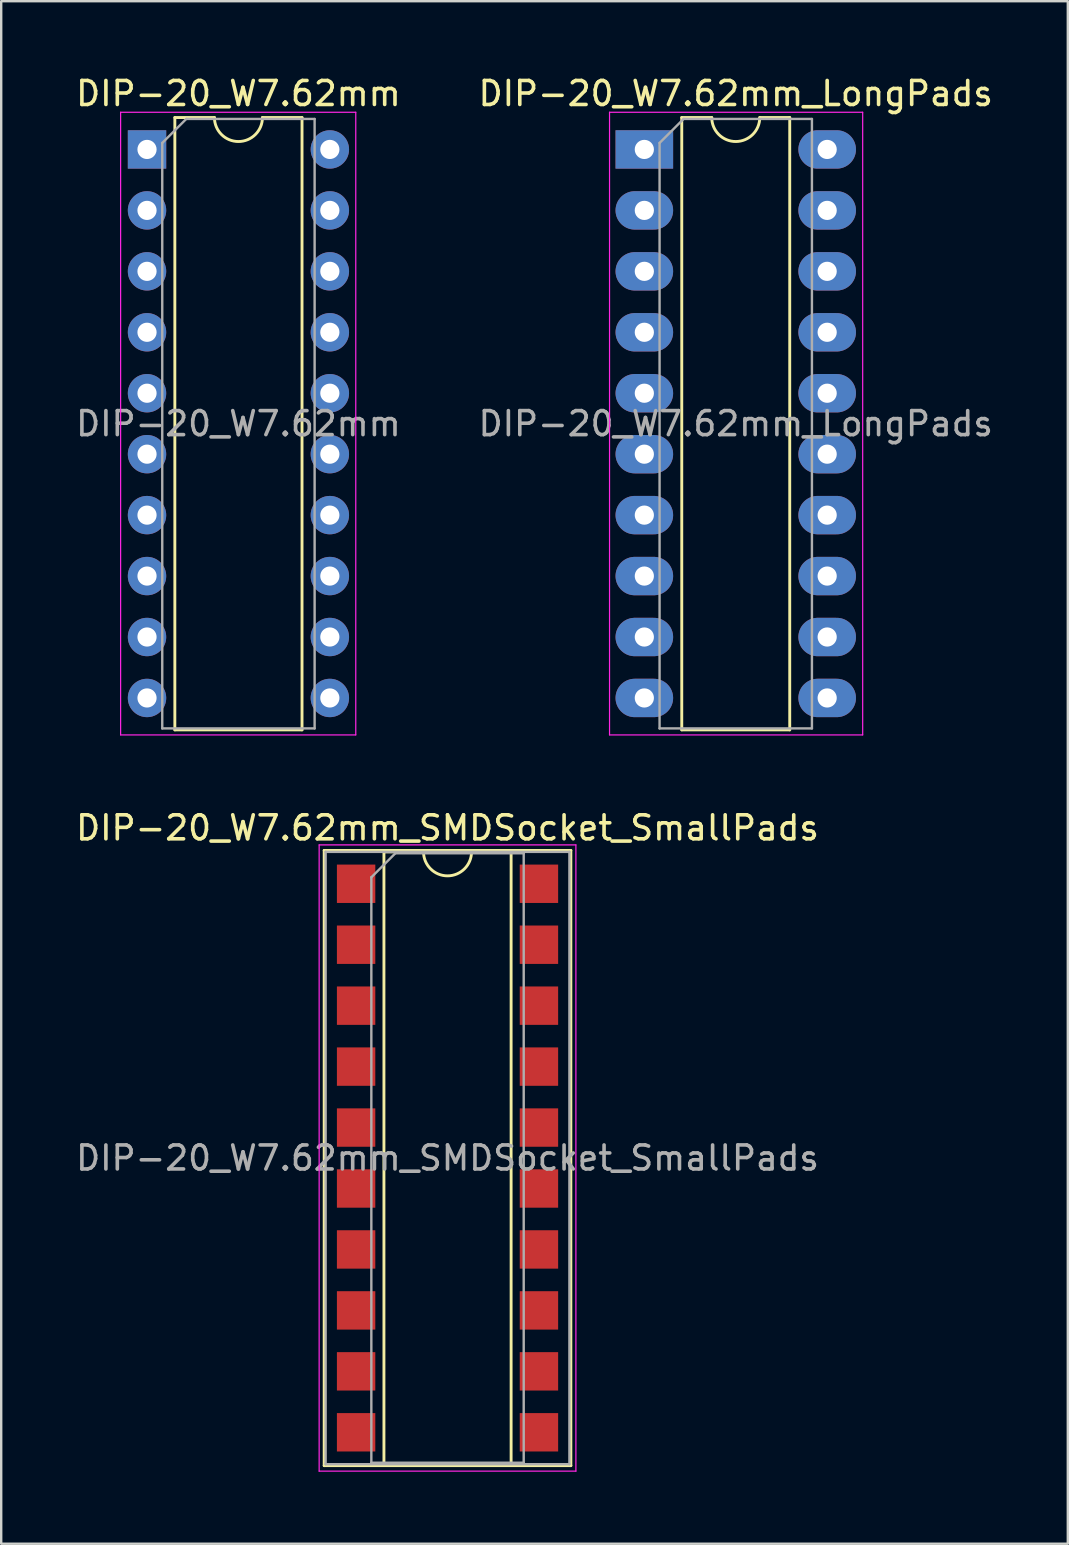
<source format=kicad_pcb>
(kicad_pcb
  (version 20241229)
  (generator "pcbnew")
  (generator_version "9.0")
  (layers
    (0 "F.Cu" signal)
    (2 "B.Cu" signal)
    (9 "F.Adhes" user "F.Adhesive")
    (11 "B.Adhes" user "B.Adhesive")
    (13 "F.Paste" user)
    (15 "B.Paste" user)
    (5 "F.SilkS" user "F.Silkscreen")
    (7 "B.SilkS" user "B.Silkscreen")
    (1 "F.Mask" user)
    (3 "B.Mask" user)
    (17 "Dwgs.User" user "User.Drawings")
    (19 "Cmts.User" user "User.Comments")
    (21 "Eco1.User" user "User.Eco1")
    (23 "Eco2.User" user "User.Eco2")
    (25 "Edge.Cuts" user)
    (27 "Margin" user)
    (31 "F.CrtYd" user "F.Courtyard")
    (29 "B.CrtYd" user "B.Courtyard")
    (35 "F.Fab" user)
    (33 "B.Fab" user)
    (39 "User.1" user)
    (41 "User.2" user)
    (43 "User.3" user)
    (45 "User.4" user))
  (footprint "DIP-20_W7.62mm_SMDSocket_SmallPads"
    (layer "F.Cu")
    (at 15.601 45.212)
    (property "Reference" "DIP-20_W7.62mm_SMDSocket_SmallPads" (at 0 -13.76 0) (layer "F.SilkS") (effects (font (size 1 1) (thickness 0.15))))
    (attr smd)
    (fp_line (start -5.14 -12.82) (end -5.14 12.82) (stroke (width 0.12) (type solid)) (layer "F.SilkS"))
    (fp_line (start -5.14 12.82) (end 5.14 12.82) (stroke (width 0.12) (type solid)) (layer "F.SilkS"))
    (fp_line (start -2.65 -12.76) (end -2.65 12.76) (stroke (width 0.12) (type solid)) (layer "F.SilkS"))
    (fp_line (start -2.65 12.76) (end 2.65 12.76) (stroke (width 0.12) (type solid)) (layer "F.SilkS"))
    (fp_line (start -1 -12.76) (end -2.65 -12.76) (stroke (width 0.12) (type solid)) (layer "F.SilkS"))
    (fp_line (start 2.65 -12.76) (end 1 -12.76) (stroke (width 0.12) (type solid)) (layer "F.SilkS"))
    (fp_line (start 2.65 12.76) (end 2.65 -12.76) (stroke (width 0.12) (type solid)) (layer "F.SilkS"))
    (fp_line (start 5.14 -12.82) (end -5.14 -12.82) (stroke (width 0.12) (type solid)) (layer "F.SilkS"))
    (fp_line (start 5.14 12.82) (end 5.14 -12.82) (stroke (width 0.12) (type solid)) (layer "F.SilkS"))
    (fp_arc (start 1 -12.76) (mid 0 -11.76) (end -1 -12.76) (stroke (width 0.12) (type solid)) (layer "F.SilkS"))
    (fp_line (start -5.35 -13.05) (end -5.35 13.05) (stroke (width 0.05) (type solid)) (layer "F.CrtYd"))
    (fp_line (start -5.35 13.05) (end 5.35 13.05) (stroke (width 0.05) (type solid)) (layer "F.CrtYd"))
    (fp_line (start 5.35 -13.05) (end -5.35 -13.05) (stroke (width 0.05) (type solid)) (layer "F.CrtYd"))
    (fp_line (start 5.35 13.05) (end 5.35 -13.05) (stroke (width 0.05) (type solid)) (layer "F.CrtYd"))
    (fp_line (start -5.08 -12.76) (end -5.08 12.76) (stroke (width 0.1) (type solid)) (layer "F.Fab"))
    (fp_line (start -5.08 12.76) (end 5.08 12.76) (stroke (width 0.1) (type solid)) (layer "F.Fab"))
    (fp_line (start -3.175 -11.7) (end -2.175 -12.7) (stroke (width 0.1) (type solid)) (layer "F.Fab"))
    (fp_line (start -3.175 12.7) (end -3.175 -11.7) (stroke (width 0.1) (type solid)) (layer "F.Fab"))
    (fp_line (start -2.175 -12.7) (end 3.175 -12.7) (stroke (width 0.1) (type solid)) (layer "F.Fab"))
    (fp_line (start 3.175 -12.7) (end 3.175 12.7) (stroke (width 0.1) (type solid)) (layer "F.Fab"))
    (fp_line (start 3.175 12.7) (end -3.175 12.7) (stroke (width 0.1) (type solid)) (layer "F.Fab"))
    (fp_line (start 5.08 -12.76) (end -5.08 -12.76) (stroke (width 0.1) (type solid)) (layer "F.Fab"))
    (fp_line (start 5.08 12.76) (end 5.08 -12.76) (stroke (width 0.1) (type solid)) (layer "F.Fab"))
    (fp_text user "${REFERENCE}" (at 0 0 0) (layer "F.Fab") (effects (font (size 1 1) (thickness 0.15))))
    (pad "1" smd rect (at -3.81 -11.43) (size 1.6 1.6) (layers "F.Cu" "F.Mask" "F.Paste"))
    (pad "2" smd rect (at -3.81 -8.89) (size 1.6 1.6) (layers "F.Cu" "F.Mask" "F.Paste"))
    (pad "3" smd rect (at -3.81 -6.35) (size 1.6 1.6) (layers "F.Cu" "F.Mask" "F.Paste"))
    (pad "4" smd rect (at -3.81 -3.81) (size 1.6 1.6) (layers "F.Cu" "F.Mask" "F.Paste"))
    (pad "5" smd rect (at -3.81 -1.27) (size 1.6 1.6) (layers "F.Cu" "F.Mask" "F.Paste"))
    (pad "6" smd rect (at -3.81 1.27) (size 1.6 1.6) (layers "F.Cu" "F.Mask" "F.Paste"))
    (pad "7" smd rect (at -3.81 3.81) (size 1.6 1.6) (layers "F.Cu" "F.Mask" "F.Paste"))
    (pad "8" smd rect (at -3.81 6.35) (size 1.6 1.6) (layers "F.Cu" "F.Mask" "F.Paste"))
    (pad "9" smd rect (at -3.81 8.89) (size 1.6 1.6) (layers "F.Cu" "F.Mask" "F.Paste"))
    (pad "10" smd rect (at -3.81 11.43) (size 1.6 1.6) (layers "F.Cu" "F.Mask" "F.Paste"))
    (pad "11" smd rect (at 3.81 11.43) (size 1.6 1.6) (layers "F.Cu" "F.Mask" "F.Paste"))
    (pad "12" smd rect (at 3.81 8.89) (size 1.6 1.6) (layers "F.Cu" "F.Mask" "F.Paste"))
    (pad "13" smd rect (at 3.81 6.35) (size 1.6 1.6) (layers "F.Cu" "F.Mask" "F.Paste"))
    (pad "14" smd rect (at 3.81 3.81) (size 1.6 1.6) (layers "F.Cu" "F.Mask" "F.Paste"))
    (pad "15" smd rect (at 3.81 1.27) (size 1.6 1.6) (layers "F.Cu" "F.Mask" "F.Paste"))
    (pad "16" smd rect (at 3.81 -1.27) (size 1.6 1.6) (layers "F.Cu" "F.Mask" "F.Paste"))
    (pad "17" smd rect (at 3.81 -3.81) (size 1.6 1.6) (layers "F.Cu" "F.Mask" "F.Paste"))
    (pad "18" smd rect (at 3.81 -6.35) (size 1.6 1.6) (layers "F.Cu" "F.Mask" "F.Paste"))
    (pad "19" smd rect (at 3.81 -8.89) (size 1.6 1.6) (layers "F.Cu" "F.Mask" "F.Paste"))
    (pad "20" smd rect (at 3.81 -11.43) (size 1.6 1.6) (layers "F.Cu" "F.Mask" "F.Paste")))
  (footprint "DIP-20_W7.62mm"
    (layer "F.Cu")
    (at 3.077 3.178)
    (property "Reference" "DIP-20_W7.62mm" (at 3.81 -2.33 0) (layer "F.SilkS") (effects (font (size 1 1) (thickness 0.15))))
    (attr through_hole)
    (fp_line (start 1.16 -1.33) (end 1.16 24.19) (stroke (width 0.12) (type solid)) (layer "F.SilkS"))
    (fp_line (start 1.16 24.19) (end 6.46 24.19) (stroke (width 0.12) (type solid)) (layer "F.SilkS"))
    (fp_line (start 2.81 -1.33) (end 1.16 -1.33) (stroke (width 0.12) (type solid)) (layer "F.SilkS"))
    (fp_line (start 6.46 -1.33) (end 4.81 -1.33) (stroke (width 0.12) (type solid)) (layer "F.SilkS"))
    (fp_line (start 6.46 24.19) (end 6.46 -1.33) (stroke (width 0.12) (type solid)) (layer "F.SilkS"))
    (fp_arc (start 4.81 -1.33) (mid 3.81 -0.33) (end 2.81 -1.33) (stroke (width 0.12) (type solid)) (layer "F.SilkS"))
    (fp_line (start -1.1 -1.55) (end -1.1 24.4) (stroke (width 0.05) (type solid)) (layer "F.CrtYd"))
    (fp_line (start -1.1 24.4) (end 8.7 24.4) (stroke (width 0.05) (type solid)) (layer "F.CrtYd"))
    (fp_line (start 8.7 -1.55) (end -1.1 -1.55) (stroke (width 0.05) (type solid)) (layer "F.CrtYd"))
    (fp_line (start 8.7 24.4) (end 8.7 -1.55) (stroke (width 0.05) (type solid)) (layer "F.CrtYd"))
    (fp_line (start 0.635 -0.27) (end 1.635 -1.27) (stroke (width 0.1) (type solid)) (layer "F.Fab"))
    (fp_line (start 0.635 24.13) (end 0.635 -0.27) (stroke (width 0.1) (type solid)) (layer "F.Fab"))
    (fp_line (start 1.635 -1.27) (end 6.985 -1.27) (stroke (width 0.1) (type solid)) (layer "F.Fab"))
    (fp_line (start 6.985 -1.27) (end 6.985 24.13) (stroke (width 0.1) (type solid)) (layer "F.Fab"))
    (fp_line (start 6.985 24.13) (end 0.635 24.13) (stroke (width 0.1) (type solid)) (layer "F.Fab"))
    (fp_text user "${REFERENCE}" (at 3.81 11.43 0) (layer "F.Fab") (effects (font (size 1 1) (thickness 0.15))))
    (pad "1" thru_hole rect (at 0 0) (size 1.6 1.6) (drill 0.8) (layers "*.Cu" "*.Mask"))
    (pad "2" thru_hole oval (at 0 2.54) (size 1.6 1.6) (drill 0.8) (layers "*.Cu" "*.Mask"))
    (pad "3" thru_hole oval (at 0 5.08) (size 1.6 1.6) (drill 0.8) (layers "*.Cu" "*.Mask"))
    (pad "4" thru_hole oval (at 0 7.62) (size 1.6 1.6) (drill 0.8) (layers "*.Cu" "*.Mask"))
    (pad "5" thru_hole oval (at 0 10.16) (size 1.6 1.6) (drill 0.8) (layers "*.Cu" "*.Mask"))
    (pad "6" thru_hole oval (at 0 12.7) (size 1.6 1.6) (drill 0.8) (layers "*.Cu" "*.Mask"))
    (pad "7" thru_hole oval (at 0 15.24) (size 1.6 1.6) (drill 0.8) (layers "*.Cu" "*.Mask"))
    (pad "8" thru_hole oval (at 0 17.78) (size 1.6 1.6) (drill 0.8) (layers "*.Cu" "*.Mask"))
    (pad "9" thru_hole oval (at 0 20.32) (size 1.6 1.6) (drill 0.8) (layers "*.Cu" "*.Mask"))
    (pad "10" thru_hole oval (at 0 22.86) (size 1.6 1.6) (drill 0.8) (layers "*.Cu" "*.Mask"))
    (pad "11" thru_hole oval (at 7.62 22.86) (size 1.6 1.6) (drill 0.8) (layers "*.Cu" "*.Mask"))
    (pad "12" thru_hole oval (at 7.62 20.32) (size 1.6 1.6) (drill 0.8) (layers "*.Cu" "*.Mask"))
    (pad "13" thru_hole oval (at 7.62 17.78) (size 1.6 1.6) (drill 0.8) (layers "*.Cu" "*.Mask"))
    (pad "14" thru_hole oval (at 7.62 15.24) (size 1.6 1.6) (drill 0.8) (layers "*.Cu" "*.Mask"))
    (pad "15" thru_hole oval (at 7.62 12.7) (size 1.6 1.6) (drill 0.8) (layers "*.Cu" "*.Mask"))
    (pad "16" thru_hole oval (at 7.62 10.16) (size 1.6 1.6) (drill 0.8) (layers "*.Cu" "*.Mask"))
    (pad "17" thru_hole oval (at 7.62 7.62) (size 1.6 1.6) (drill 0.8) (layers "*.Cu" "*.Mask"))
    (pad "18" thru_hole oval (at 7.62 5.08) (size 1.6 1.6) (drill 0.8) (layers "*.Cu" "*.Mask"))
    (pad "19" thru_hole oval (at 7.62 2.54) (size 1.6 1.6) (drill 0.8) (layers "*.Cu" "*.Mask"))
    (pad "20" thru_hole oval (at 7.62 0) (size 1.6 1.6) (drill 0.8) (layers "*.Cu" "*.Mask")))
  (footprint "DIP-20_W7.62mm_LongPads"
    (layer "F.Cu")
    (at 23.803 3.178)
    (property "Reference" "DIP-20_W7.62mm_LongPads" (at 3.81 -2.33 0) (layer "F.SilkS") (effects (font (size 1 1) (thickness 0.15))))
    (attr through_hole)
    (fp_line (start 1.56 -1.33) (end 1.56 24.19) (stroke (width 0.12) (type solid)) (layer "F.SilkS"))
    (fp_line (start 1.56 24.19) (end 6.06 24.19) (stroke (width 0.12) (type solid)) (layer "F.SilkS"))
    (fp_line (start 2.81 -1.33) (end 1.56 -1.33) (stroke (width 0.12) (type solid)) (layer "F.SilkS"))
    (fp_line (start 6.06 -1.33) (end 4.81 -1.33) (stroke (width 0.12) (type solid)) (layer "F.SilkS"))
    (fp_line (start 6.06 24.19) (end 6.06 -1.33) (stroke (width 0.12) (type solid)) (layer "F.SilkS"))
    (fp_arc (start 4.81 -1.33) (mid 3.81 -0.33) (end 2.81 -1.33) (stroke (width 0.12) (type solid)) (layer "F.SilkS"))
    (fp_line (start -1.45 -1.55) (end -1.45 24.4) (stroke (width 0.05) (type solid)) (layer "F.CrtYd"))
    (fp_line (start -1.45 24.4) (end 9.1 24.4) (stroke (width 0.05) (type solid)) (layer "F.CrtYd"))
    (fp_line (start 9.1 -1.55) (end -1.45 -1.55) (stroke (width 0.05) (type solid)) (layer "F.CrtYd"))
    (fp_line (start 9.1 24.4) (end 9.1 -1.55) (stroke (width 0.05) (type solid)) (layer "F.CrtYd"))
    (fp_line (start 0.635 -0.27) (end 1.635 -1.27) (stroke (width 0.1) (type solid)) (layer "F.Fab"))
    (fp_line (start 0.635 24.13) (end 0.635 -0.27) (stroke (width 0.1) (type solid)) (layer "F.Fab"))
    (fp_line (start 1.635 -1.27) (end 6.985 -1.27) (stroke (width 0.1) (type solid)) (layer "F.Fab"))
    (fp_line (start 6.985 -1.27) (end 6.985 24.13) (stroke (width 0.1) (type solid)) (layer "F.Fab"))
    (fp_line (start 6.985 24.13) (end 0.635 24.13) (stroke (width 0.1) (type solid)) (layer "F.Fab"))
    (fp_text user "${REFERENCE}" (at 3.81 11.43 0) (layer "F.Fab") (effects (font (size 1 1) (thickness 0.15))))
    (pad "1" thru_hole rect (at 0 0) (size 2.4 1.6) (drill 0.8) (layers "*.Cu" "*.Mask"))
    (pad "2" thru_hole oval (at 0 2.54) (size 2.4 1.6) (drill 0.8) (layers "*.Cu" "*.Mask"))
    (pad "3" thru_hole oval (at 0 5.08) (size 2.4 1.6) (drill 0.8) (layers "*.Cu" "*.Mask"))
    (pad "4" thru_hole oval (at 0 7.62) (size 2.4 1.6) (drill 0.8) (layers "*.Cu" "*.Mask"))
    (pad "5" thru_hole oval (at 0 10.16) (size 2.4 1.6) (drill 0.8) (layers "*.Cu" "*.Mask"))
    (pad "6" thru_hole oval (at 0 12.7) (size 2.4 1.6) (drill 0.8) (layers "*.Cu" "*.Mask"))
    (pad "7" thru_hole oval (at 0 15.24) (size 2.4 1.6) (drill 0.8) (layers "*.Cu" "*.Mask"))
    (pad "8" thru_hole oval (at 0 17.78) (size 2.4 1.6) (drill 0.8) (layers "*.Cu" "*.Mask"))
    (pad "9" thru_hole oval (at 0 20.32) (size 2.4 1.6) (drill 0.8) (layers "*.Cu" "*.Mask"))
    (pad "10" thru_hole oval (at 0 22.86) (size 2.4 1.6) (drill 0.8) (layers "*.Cu" "*.Mask"))
    (pad "11" thru_hole oval (at 7.62 22.86) (size 2.4 1.6) (drill 0.8) (layers "*.Cu" "*.Mask"))
    (pad "12" thru_hole oval (at 7.62 20.32) (size 2.4 1.6) (drill 0.8) (layers "*.Cu" "*.Mask"))
    (pad "13" thru_hole oval (at 7.62 17.78) (size 2.4 1.6) (drill 0.8) (layers "*.Cu" "*.Mask"))
    (pad "14" thru_hole oval (at 7.62 15.24) (size 2.4 1.6) (drill 0.8) (layers "*.Cu" "*.Mask"))
    (pad "15" thru_hole oval (at 7.62 12.7) (size 2.4 1.6) (drill 0.8) (layers "*.Cu" "*.Mask"))
    (pad "16" thru_hole oval (at 7.62 10.16) (size 2.4 1.6) (drill 0.8) (layers "*.Cu" "*.Mask"))
    (pad "17" thru_hole oval (at 7.62 7.62) (size 2.4 1.6) (drill 0.8) (layers "*.Cu" "*.Mask"))
    (pad "18" thru_hole oval (at 7.62 5.08) (size 2.4 1.6) (drill 0.8) (layers "*.Cu" "*.Mask"))
    (pad "19" thru_hole oval (at 7.62 2.54) (size 2.4 1.6) (drill 0.8) (layers "*.Cu" "*.Mask"))
    (pad "20" thru_hole oval (at 7.62 0) (size 2.4 1.6) (drill 0.8) (layers "*.Cu" "*.Mask")))
  (gr_rect
    (start -3 -3)
    (end 41.452 61.286)
    (stroke (width 0.1) (type default))
    (fill no)
    (layer "Edge.Cuts")))
</source>
